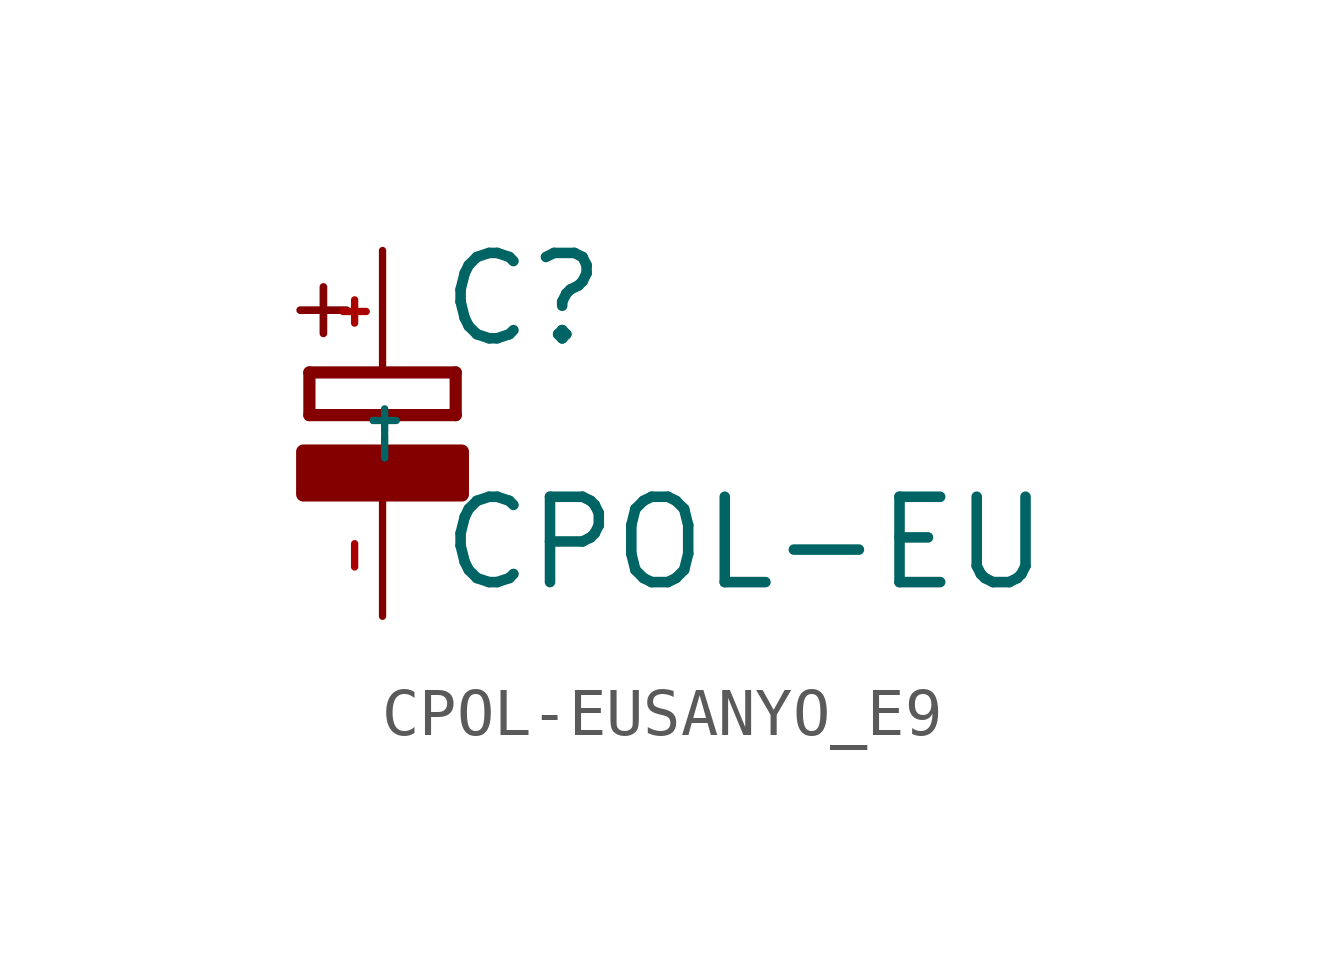
<source format=kicad_sym>
(kicad_symbol_lib
  (version 20220914)
  (generator Eagle2Kicad)
  (symbol "CPOL-EUSANYO_E9"
    (property "Reference" "C"
      (at 1.143 0.483 0)
      (effects (font (size 1.778 1.778) (thickness 0.22)) (justify left bottom)))
    (property "Value" "CPOL-EU"
      (at 1.143 -4.597 0)
      (effects (font (size 1.778 1.778) (thickness 0.22)) (justify left bottom)))
    (polyline
      (pts (xy -1.524 -0.889) (xy 1.524 -0.889))
      (stroke (width 0.254) (type default))
      (fill (type none)))
    (polyline
      (pts (xy 1.524 -0.889) (xy 1.524 0))
      (stroke (width 0.254) (type default))
      (fill (type none)))
    (polyline
      (pts (xy -1.524 0) (xy -1.524 -0.889))
      (stroke (width 0.254) (type default))
      (fill (type none)))
    (polyline
      (pts (xy -1.524 0) (xy 1.524 0))
      (stroke (width 0.254) (type default))
      (fill (type none)))
    (text "+"
      (at -0.584 0.406 900)
      (effects (font (size 1.27 1.27) (thickness 0.16)) (justify left bottom)))
    (rectangle
      (start -1.651 -2.54)
      (end 1.651 -1.651)
      (stroke (width 0.3) (type default))
      (fill (type outline)))
    (pin passive line
      (at 0 -5.08 90)
      (length 2.54)
      (name "-" (effects (font (size 0.635 0.635) (thickness 0.08)) (justify left bottom)))
      (number "-" (effects (font (size 0.635 0.635) (thickness 0.08)) (justify left bottom))))
    (pin passive line
      (at 0 2.54 270)
      (length 2.54)
      (name "+" (effects (font (size 0.635 0.635) (thickness 0.08)) (justify left bottom)))
      (number "+" (effects (font (size 0.635 0.635) (thickness 0.08)) (justify left bottom))))))
</source>
